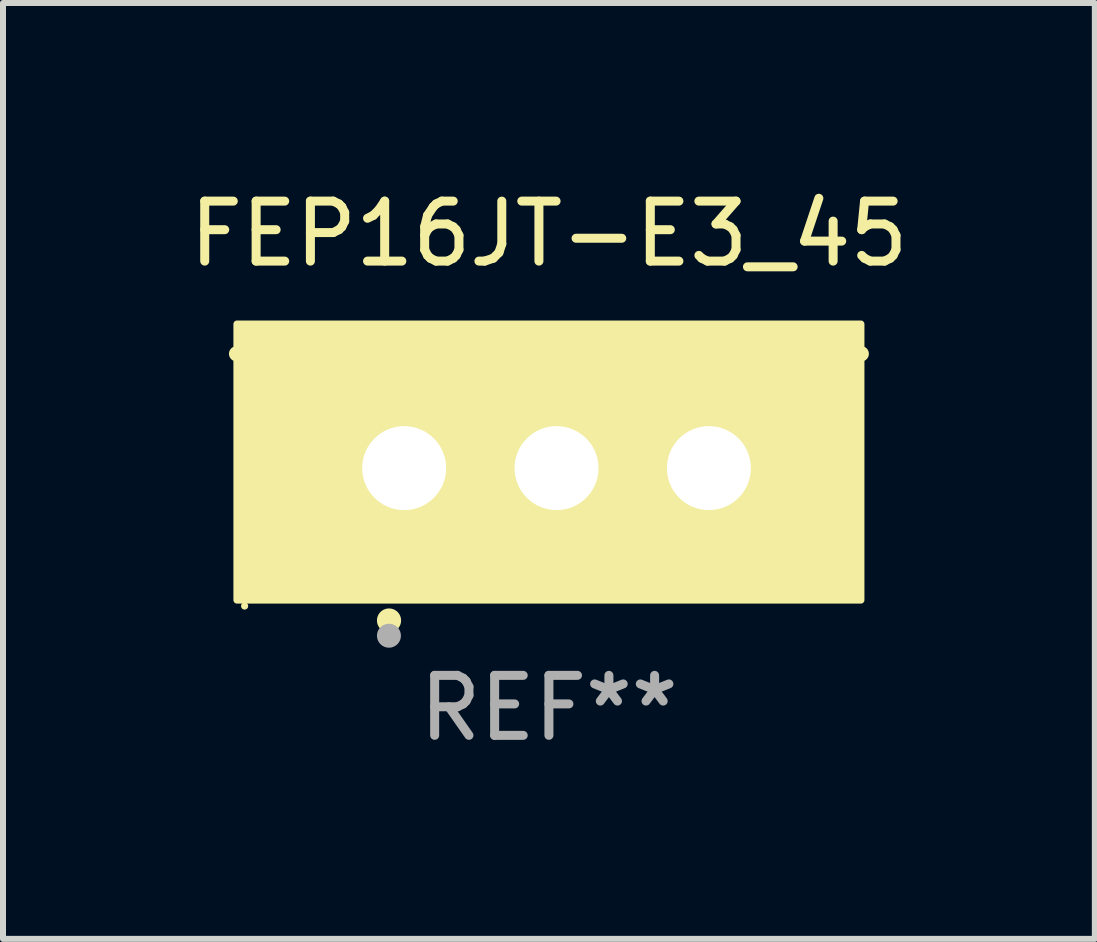
<source format=kicad_pcb>
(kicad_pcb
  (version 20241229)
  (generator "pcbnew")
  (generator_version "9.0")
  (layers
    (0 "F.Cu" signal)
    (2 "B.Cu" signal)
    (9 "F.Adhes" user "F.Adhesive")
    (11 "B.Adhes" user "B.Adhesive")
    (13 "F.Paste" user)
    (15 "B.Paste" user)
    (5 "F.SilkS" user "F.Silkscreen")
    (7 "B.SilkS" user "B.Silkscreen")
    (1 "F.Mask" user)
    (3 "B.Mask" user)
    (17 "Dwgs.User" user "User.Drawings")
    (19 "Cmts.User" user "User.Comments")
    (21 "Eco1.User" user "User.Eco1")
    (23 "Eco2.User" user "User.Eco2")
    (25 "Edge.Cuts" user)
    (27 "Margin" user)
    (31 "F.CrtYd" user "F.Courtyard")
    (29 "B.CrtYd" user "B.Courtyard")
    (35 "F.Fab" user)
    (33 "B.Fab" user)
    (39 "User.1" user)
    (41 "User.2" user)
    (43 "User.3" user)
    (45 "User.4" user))
  (footprint "FEP16JT-E3_45"
    (layer "F.Cu")
    (at 6.101 3.801)
    (property "Reference" "FEP16JT-E3_45" (at 0 -2.953 0) (layer "F.SilkS") (effects (font (size 1 1) (thickness 0.15))))
    (attr through_hole)
    (fp_line (start 5.207 -0.953) (end -5.207 -0.953) (stroke (width 0.254) (type solid)) (layer "F.SilkS"))
    (fp_arc (start -2.66698 3.49252) (mid -2.66571 3.492516) (end -2.66444 3.49252) (stroke (width 0.4) (type solid)) (layer "F.SilkS"))
    (fp_circle (center -5.073 3.252) (end -5.043 3.252) (stroke (width 0.06) (type solid)) (fill no) (layer "F.SilkS"))
    (fp_poly (pts (xy -5.2 -1.448) (xy 5.2 -1.448) (xy 5.2 3.152) (xy -5.2 3.152)) (stroke (width 0.12) (type solid)) (fill yes) (layer "F.SilkS"))
    (fp_circle (center -2.667 3.747) (end -2.567 3.747) (stroke (width 0.2) (type solid)) (fill no) (layer "F.Fab"))
    (fp_text user "REF**" (at 0 4.953 0) (layer "F.Fab") (effects (font (size 1 1) (thickness 0.15))))
    (pad "1" thru_hole rect (at -2.413 0.953) (size 2 2.5) (drill 1.4) (layers "*.Cu" "*.Mask"))
    (pad "2" thru_hole oval (at 0.127 0.953) (size 2 2.5) (drill 1.4) (layers "*.Cu" "*.Mask"))
    (pad "3" thru_hole oval (at 2.667 0.953) (size 2 2.5) (drill 1.4) (layers "*.Cu" "*.Mask")))
  (gr_rect
    (start -3 -3)
    (end 15.202 12.602)
    (stroke (width 0.1) (type default))
    (fill no)
    (layer "Edge.Cuts")))
</source>
